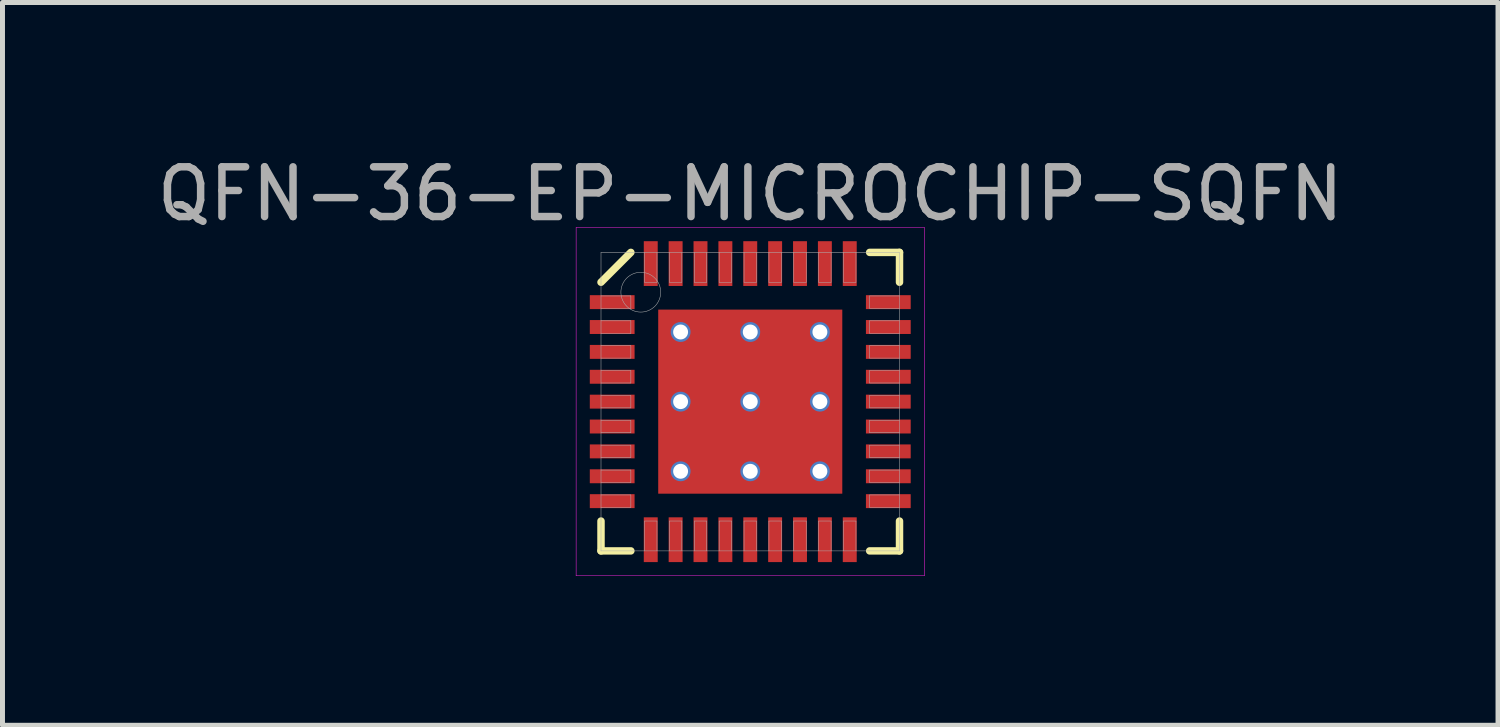
<source format=kicad_pcb>
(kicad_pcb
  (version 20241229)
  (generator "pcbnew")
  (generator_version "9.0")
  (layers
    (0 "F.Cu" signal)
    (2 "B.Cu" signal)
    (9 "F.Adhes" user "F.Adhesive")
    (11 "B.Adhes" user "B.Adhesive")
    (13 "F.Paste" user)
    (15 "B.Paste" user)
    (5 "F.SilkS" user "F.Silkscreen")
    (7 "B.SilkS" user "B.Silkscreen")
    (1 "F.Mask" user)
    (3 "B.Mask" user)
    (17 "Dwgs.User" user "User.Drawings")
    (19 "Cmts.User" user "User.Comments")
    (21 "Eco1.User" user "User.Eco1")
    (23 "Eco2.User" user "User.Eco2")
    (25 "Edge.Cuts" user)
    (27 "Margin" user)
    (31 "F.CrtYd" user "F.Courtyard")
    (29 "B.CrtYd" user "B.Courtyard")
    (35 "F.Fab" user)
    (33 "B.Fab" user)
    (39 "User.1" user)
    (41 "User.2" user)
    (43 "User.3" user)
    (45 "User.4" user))
  (footprint "QFN-36-EP-MICROCHIP-SQFN"
    (layer "F.Cu")
    (at 12.03 5.023)
    (property "Reference" "QFN-36-EP-MICROCHIP-SQFN" (at 0 -4.175 0) (layer "F.Fab") (effects (font (size 1 1) (thickness 0.15))))
    (attr through_hole)
    (fp_line (start -3 -2.4) (end -2.4 -3) (stroke (width 0.15) (type solid)) (layer "F.SilkS"))
    (fp_line (start -3 3) (end -3 2.4) (stroke (width 0.15) (type solid)) (layer "F.SilkS"))
    (fp_line (start -2.4 3) (end -3 3) (stroke (width 0.15) (type solid)) (layer "F.SilkS"))
    (fp_line (start 2.4 -3) (end 3 -3) (stroke (width 0.15) (type solid)) (layer "F.SilkS"))
    (fp_line (start 2.4 3) (end 3 3) (stroke (width 0.15) (type solid)) (layer "F.SilkS"))
    (fp_line (start 3 -3) (end 3 -2.4) (stroke (width 0.15) (type solid)) (layer "F.SilkS"))
    (fp_line (start 3 3) (end 3 2.4) (stroke (width 0.15) (type solid)) (layer "F.SilkS"))
    (fp_line (start -3.5 -3.5) (end 3.5 -3.5) (stroke (width 0.01) (type solid)) (layer "F.CrtYd"))
    (fp_line (start -3.5 3.5) (end -3.5 -3.5) (stroke (width 0.01) (type solid)) (layer "F.CrtYd"))
    (fp_line (start 3.5 -3.5) (end 3.5 3.5) (stroke (width 0.01) (type solid)) (layer "F.CrtYd"))
    (fp_line (start 3.5 3.5) (end -3.5 3.5) (stroke (width 0.01) (type solid)) (layer "F.CrtYd"))
    (fp_line (start -3 -3) (end 3 -3) (stroke (width 0.01) (type solid)) (layer "F.Fab"))
    (fp_line (start -3 -1.875) (end -2.4 -1.875) (stroke (width 0.01) (type solid)) (layer "F.Fab"))
    (fp_line (start -3 -1.375) (end -2.4 -1.375) (stroke (width 0.01) (type solid)) (layer "F.Fab"))
    (fp_line (start -3 -0.875) (end -2.4 -0.875) (stroke (width 0.01) (type solid)) (layer "F.Fab"))
    (fp_line (start -3 -0.375) (end -2.4 -0.375) (stroke (width 0.01) (type solid)) (layer "F.Fab"))
    (fp_line (start -3 0.125) (end -2.4 0.125) (stroke (width 0.01) (type solid)) (layer "F.Fab"))
    (fp_line (start -3 0.625) (end -2.4 0.625) (stroke (width 0.01) (type solid)) (layer "F.Fab"))
    (fp_line (start -3 1.125) (end -2.4 1.125) (stroke (width 0.01) (type solid)) (layer "F.Fab"))
    (fp_line (start -3 1.625) (end -2.4 1.625) (stroke (width 0.01) (type solid)) (layer "F.Fab"))
    (fp_line (start -3 2.125) (end -2.4 2.125) (stroke (width 0.01) (type solid)) (layer "F.Fab"))
    (fp_line (start -3 3) (end -3 -3) (stroke (width 0.01) (type solid)) (layer "F.Fab"))
    (fp_line (start -2.4 -2.125) (end -3 -2.125) (stroke (width 0.01) (type solid)) (layer "F.Fab"))
    (fp_line (start -2.4 -1.875) (end -2.4 -2.125) (stroke (width 0.01) (type solid)) (layer "F.Fab"))
    (fp_line (start -2.4 -1.625) (end -3 -1.625) (stroke (width 0.01) (type solid)) (layer "F.Fab"))
    (fp_line (start -2.4 -1.375) (end -2.4 -1.625) (stroke (width 0.01) (type solid)) (layer "F.Fab"))
    (fp_line (start -2.4 -1.125) (end -3 -1.125) (stroke (width 0.01) (type solid)) (layer "F.Fab"))
    (fp_line (start -2.4 -0.875) (end -2.4 -1.125) (stroke (width 0.01) (type solid)) (layer "F.Fab"))
    (fp_line (start -2.4 -0.625) (end -3 -0.625) (stroke (width 0.01) (type solid)) (layer "F.Fab"))
    (fp_line (start -2.4 -0.375) (end -2.4 -0.625) (stroke (width 0.01) (type solid)) (layer "F.Fab"))
    (fp_line (start -2.4 -0.125) (end -3 -0.125) (stroke (width 0.01) (type solid)) (layer "F.Fab"))
    (fp_line (start -2.4 0.125) (end -2.4 -0.125) (stroke (width 0.01) (type solid)) (layer "F.Fab"))
    (fp_line (start -2.4 0.375) (end -3 0.375) (stroke (width 0.01) (type solid)) (layer "F.Fab"))
    (fp_line (start -2.4 0.625) (end -2.4 0.375) (stroke (width 0.01) (type solid)) (layer "F.Fab"))
    (fp_line (start -2.4 0.875) (end -3 0.875) (stroke (width 0.01) (type solid)) (layer "F.Fab"))
    (fp_line (start -2.4 1.125) (end -2.4 0.875) (stroke (width 0.01) (type solid)) (layer "F.Fab"))
    (fp_line (start -2.4 1.375) (end -3 1.375) (stroke (width 0.01) (type solid)) (layer "F.Fab"))
    (fp_line (start -2.4 1.625) (end -2.4 1.375) (stroke (width 0.01) (type solid)) (layer "F.Fab"))
    (fp_line (start -2.4 1.875) (end -3 1.875) (stroke (width 0.01) (type solid)) (layer "F.Fab"))
    (fp_line (start -2.4 2.125) (end -2.4 1.875) (stroke (width 0.01) (type solid)) (layer "F.Fab"))
    (fp_line (start -2.125 -3) (end -2.125 -2.4) (stroke (width 0.01) (type solid)) (layer "F.Fab"))
    (fp_line (start -2.125 -2.4) (end -1.875 -2.4) (stroke (width 0.01) (type solid)) (layer "F.Fab"))
    (fp_line (start -2.125 2.4) (end -2.125 3) (stroke (width 0.01) (type solid)) (layer "F.Fab"))
    (fp_line (start -1.875 -2.4) (end -1.875 -3) (stroke (width 0.01) (type solid)) (layer "F.Fab"))
    (fp_line (start -1.875 2.4) (end -2.125 2.4) (stroke (width 0.01) (type solid)) (layer "F.Fab"))
    (fp_line (start -1.875 3) (end -1.875 2.4) (stroke (width 0.01) (type solid)) (layer "F.Fab"))
    (fp_line (start -1.625 -3) (end -1.625 -2.4) (stroke (width 0.01) (type solid)) (layer "F.Fab"))
    (fp_line (start -1.625 -2.4) (end -1.375 -2.4) (stroke (width 0.01) (type solid)) (layer "F.Fab"))
    (fp_line (start -1.625 2.4) (end -1.625 3) (stroke (width 0.01) (type solid)) (layer "F.Fab"))
    (fp_line (start -1.375 -2.4) (end -1.375 -3) (stroke (width 0.01) (type solid)) (layer "F.Fab"))
    (fp_line (start -1.375 2.4) (end -1.625 2.4) (stroke (width 0.01) (type solid)) (layer "F.Fab"))
    (fp_line (start -1.375 3) (end -1.375 2.4) (stroke (width 0.01) (type solid)) (layer "F.Fab"))
    (fp_line (start -1.125 -3) (end -1.125 -2.4) (stroke (width 0.01) (type solid)) (layer "F.Fab"))
    (fp_line (start -1.125 -2.4) (end -0.875 -2.4) (stroke (width 0.01) (type solid)) (layer "F.Fab"))
    (fp_line (start -1.125 2.4) (end -1.125 3) (stroke (width 0.01) (type solid)) (layer "F.Fab"))
    (fp_line (start -0.875 -2.4) (end -0.875 -3) (stroke (width 0.01) (type solid)) (layer "F.Fab"))
    (fp_line (start -0.875 2.4) (end -1.125 2.4) (stroke (width 0.01) (type solid)) (layer "F.Fab"))
    (fp_line (start -0.875 3) (end -0.875 2.4) (stroke (width 0.01) (type solid)) (layer "F.Fab"))
    (fp_line (start -0.625 -3) (end -0.625 -2.4) (stroke (width 0.01) (type solid)) (layer "F.Fab"))
    (fp_line (start -0.625 -2.4) (end -0.375 -2.4) (stroke (width 0.01) (type solid)) (layer "F.Fab"))
    (fp_line (start -0.625 2.4) (end -0.625 3) (stroke (width 0.01) (type solid)) (layer "F.Fab"))
    (fp_line (start -0.375 -2.4) (end -0.375 -3) (stroke (width 0.01) (type solid)) (layer "F.Fab"))
    (fp_line (start -0.375 2.4) (end -0.625 2.4) (stroke (width 0.01) (type solid)) (layer "F.Fab"))
    (fp_line (start -0.375 3) (end -0.375 2.4) (stroke (width 0.01) (type solid)) (layer "F.Fab"))
    (fp_line (start -0.125 -3) (end -0.125 -2.4) (stroke (width 0.01) (type solid)) (layer "F.Fab"))
    (fp_line (start -0.125 -2.4) (end 0.125 -2.4) (stroke (width 0.01) (type solid)) (layer "F.Fab"))
    (fp_line (start -0.125 2.4) (end -0.125 3) (stroke (width 0.01) (type solid)) (layer "F.Fab"))
    (fp_line (start 0.125 -2.4) (end 0.125 -3) (stroke (width 0.01) (type solid)) (layer "F.Fab"))
    (fp_line (start 0.125 2.4) (end -0.125 2.4) (stroke (width 0.01) (type solid)) (layer "F.Fab"))
    (fp_line (start 0.125 3) (end 0.125 2.4) (stroke (width 0.01) (type solid)) (layer "F.Fab"))
    (fp_line (start 0.375 -3) (end 0.375 -2.4) (stroke (width 0.01) (type solid)) (layer "F.Fab"))
    (fp_line (start 0.375 -2.4) (end 0.625 -2.4) (stroke (width 0.01) (type solid)) (layer "F.Fab"))
    (fp_line (start 0.375 2.4) (end 0.375 3) (stroke (width 0.01) (type solid)) (layer "F.Fab"))
    (fp_line (start 0.625 -2.4) (end 0.625 -3) (stroke (width 0.01) (type solid)) (layer "F.Fab"))
    (fp_line (start 0.625 2.4) (end 0.375 2.4) (stroke (width 0.01) (type solid)) (layer "F.Fab"))
    (fp_line (start 0.625 3) (end 0.625 2.4) (stroke (width 0.01) (type solid)) (layer "F.Fab"))
    (fp_line (start 0.875 -3) (end 0.875 -2.4) (stroke (width 0.01) (type solid)) (layer "F.Fab"))
    (fp_line (start 0.875 -2.4) (end 1.125 -2.4) (stroke (width 0.01) (type solid)) (layer "F.Fab"))
    (fp_line (start 0.875 2.4) (end 0.875 3) (stroke (width 0.01) (type solid)) (layer "F.Fab"))
    (fp_line (start 1.125 -2.4) (end 1.125 -3) (stroke (width 0.01) (type solid)) (layer "F.Fab"))
    (fp_line (start 1.125 2.4) (end 0.875 2.4) (stroke (width 0.01) (type solid)) (layer "F.Fab"))
    (fp_line (start 1.125 3) (end 1.125 2.4) (stroke (width 0.01) (type solid)) (layer "F.Fab"))
    (fp_line (start 1.375 -3) (end 1.375 -2.4) (stroke (width 0.01) (type solid)) (layer "F.Fab"))
    (fp_line (start 1.375 -2.4) (end 1.625 -2.4) (stroke (width 0.01) (type solid)) (layer "F.Fab"))
    (fp_line (start 1.375 2.4) (end 1.375 3) (stroke (width 0.01) (type solid)) (layer "F.Fab"))
    (fp_line (start 1.625 -2.4) (end 1.625 -3) (stroke (width 0.01) (type solid)) (layer "F.Fab"))
    (fp_line (start 1.625 2.4) (end 1.375 2.4) (stroke (width 0.01) (type solid)) (layer "F.Fab"))
    (fp_line (start 1.625 3) (end 1.625 2.4) (stroke (width 0.01) (type solid)) (layer "F.Fab"))
    (fp_line (start 1.875 -3) (end 1.875 -2.4) (stroke (width 0.01) (type solid)) (layer "F.Fab"))
    (fp_line (start 1.875 -2.4) (end 2.125 -2.4) (stroke (width 0.01) (type solid)) (layer "F.Fab"))
    (fp_line (start 1.875 2.4) (end 1.875 3) (stroke (width 0.01) (type solid)) (layer "F.Fab"))
    (fp_line (start 2.125 -2.4) (end 2.125 -3) (stroke (width 0.01) (type solid)) (layer "F.Fab"))
    (fp_line (start 2.125 2.4) (end 1.875 2.4) (stroke (width 0.01) (type solid)) (layer "F.Fab"))
    (fp_line (start 2.125 3) (end 2.125 2.4) (stroke (width 0.01) (type solid)) (layer "F.Fab"))
    (fp_line (start 2.4 -2.125) (end 2.4 -1.875) (stroke (width 0.01) (type solid)) (layer "F.Fab"))
    (fp_line (start 2.4 -1.875) (end 3 -1.875) (stroke (width 0.01) (type solid)) (layer "F.Fab"))
    (fp_line (start 2.4 -1.625) (end 2.4 -1.375) (stroke (width 0.01) (type solid)) (layer "F.Fab"))
    (fp_line (start 2.4 -1.375) (end 3 -1.375) (stroke (width 0.01) (type solid)) (layer "F.Fab"))
    (fp_line (start 2.4 -1.125) (end 2.4 -0.875) (stroke (width 0.01) (type solid)) (layer "F.Fab"))
    (fp_line (start 2.4 -0.875) (end 3 -0.875) (stroke (width 0.01) (type solid)) (layer "F.Fab"))
    (fp_line (start 2.4 -0.625) (end 2.4 -0.375) (stroke (width 0.01) (type solid)) (layer "F.Fab"))
    (fp_line (start 2.4 -0.375) (end 3 -0.375) (stroke (width 0.01) (type solid)) (layer "F.Fab"))
    (fp_line (start 2.4 -0.125) (end 2.4 0.125) (stroke (width 0.01) (type solid)) (layer "F.Fab"))
    (fp_line (start 2.4 0.125) (end 3 0.125) (stroke (width 0.01) (type solid)) (layer "F.Fab"))
    (fp_line (start 2.4 0.375) (end 2.4 0.625) (stroke (width 0.01) (type solid)) (layer "F.Fab"))
    (fp_line (start 2.4 0.625) (end 3 0.625) (stroke (width 0.01) (type solid)) (layer "F.Fab"))
    (fp_line (start 2.4 0.875) (end 2.4 1.125) (stroke (width 0.01) (type solid)) (layer "F.Fab"))
    (fp_line (start 2.4 1.125) (end 3 1.125) (stroke (width 0.01) (type solid)) (layer "F.Fab"))
    (fp_line (start 2.4 1.375) (end 2.4 1.625) (stroke (width 0.01) (type solid)) (layer "F.Fab"))
    (fp_line (start 2.4 1.625) (end 3 1.625) (stroke (width 0.01) (type solid)) (layer "F.Fab"))
    (fp_line (start 2.4 1.875) (end 2.4 2.125) (stroke (width 0.01) (type solid)) (layer "F.Fab"))
    (fp_line (start 2.4 2.125) (end 3 2.125) (stroke (width 0.01) (type solid)) (layer "F.Fab"))
    (fp_line (start 3 -3) (end 3 3) (stroke (width 0.01) (type solid)) (layer "F.Fab"))
    (fp_line (start 3 -2.125) (end 2.4 -2.125) (stroke (width 0.01) (type solid)) (layer "F.Fab"))
    (fp_line (start 3 -1.625) (end 2.4 -1.625) (stroke (width 0.01) (type solid)) (layer "F.Fab"))
    (fp_line (start 3 -1.125) (end 2.4 -1.125) (stroke (width 0.01) (type solid)) (layer "F.Fab"))
    (fp_line (start 3 -0.625) (end 2.4 -0.625) (stroke (width 0.01) (type solid)) (layer "F.Fab"))
    (fp_line (start 3 -0.125) (end 2.4 -0.125) (stroke (width 0.01) (type solid)) (layer "F.Fab"))
    (fp_line (start 3 0.375) (end 2.4 0.375) (stroke (width 0.01) (type solid)) (layer "F.Fab"))
    (fp_line (start 3 0.875) (end 2.4 0.875) (stroke (width 0.01) (type solid)) (layer "F.Fab"))
    (fp_line (start 3 1.375) (end 2.4 1.375) (stroke (width 0.01) (type solid)) (layer "F.Fab"))
    (fp_line (start 3 1.875) (end 2.4 1.875) (stroke (width 0.01) (type solid)) (layer "F.Fab"))
    (fp_line (start 3 3) (end -3 3) (stroke (width 0.01) (type solid)) (layer "F.Fab"))
    (fp_circle (center -2.2 -2.2) (end -2.2 -1.8) (stroke (width 0.01) (type solid)) (fill no) (layer "F.Fab"))
    (pad "" smd rect (at -0.8 -0.8) (size 1.3 1.3) (layers "F.Paste"))
    (pad "" smd rect (at -0.8 0.8) (size 1.3 1.3) (layers "F.Paste"))
    (pad "" smd rect (at 0 0) (size 3.7 3.7) (layers "F.Mask"))
    (pad "" smd rect (at 0.8 -0.8) (size 1.3 1.3) (layers "F.Paste"))
    (pad "" smd rect (at 0.8 0.8) (size 1.3 1.3) (layers "F.Paste"))
    (pad "1" smd rect (at -2.775 -2) (size 0.9 0.28) (layers "F.Cu" "F.Mask" "F.Paste"))
    (pad "2" smd rect (at -2.775 -1.5) (size 0.9 0.28) (layers "F.Cu" "F.Mask" "F.Paste"))
    (pad "3" smd rect (at -2.775 -1) (size 0.9 0.28) (layers "F.Cu" "F.Mask" "F.Paste"))
    (pad "4" smd rect (at -2.775 -0.5) (size 0.9 0.28) (layers "F.Cu" "F.Mask" "F.Paste"))
    (pad "5" smd rect (at -2.775 0) (size 0.9 0.28) (layers "F.Cu" "F.Mask" "F.Paste"))
    (pad "6" smd rect (at -2.775 0.5) (size 0.9 0.28) (layers "F.Cu" "F.Mask" "F.Paste"))
    (pad "7" smd rect (at -2.775 1) (size 0.9 0.28) (layers "F.Cu" "F.Mask" "F.Paste"))
    (pad "8" smd rect (at -2.775 1.5) (size 0.9 0.28) (layers "F.Cu" "F.Mask" "F.Paste"))
    (pad "9" smd rect (at -2.775 2) (size 0.9 0.28) (layers "F.Cu" "F.Mask" "F.Paste"))
    (pad "10" smd rect (at -2 2.775) (size 0.28 0.9) (layers "F.Cu" "F.Mask" "F.Paste"))
    (pad "11" smd rect (at -1.5 2.775) (size 0.28 0.9) (layers "F.Cu" "F.Mask" "F.Paste"))
    (pad "12" smd rect (at -1 2.775) (size 0.28 0.9) (layers "F.Cu" "F.Mask" "F.Paste"))
    (pad "13" smd rect (at -0.5 2.775) (size 0.28 0.9) (layers "F.Cu" "F.Mask" "F.Paste"))
    (pad "14" smd rect (at 0 2.775) (size 0.28 0.9) (layers "F.Cu" "F.Mask" "F.Paste"))
    (pad "15" smd rect (at 0.5 2.775) (size 0.28 0.9) (layers "F.Cu" "F.Mask" "F.Paste"))
    (pad "16" smd rect (at 1 2.775) (size 0.28 0.9) (layers "F.Cu" "F.Mask" "F.Paste"))
    (pad "17" smd rect (at 1.5 2.775) (size 0.28 0.9) (layers "F.Cu" "F.Mask" "F.Paste"))
    (pad "18" smd rect (at 2 2.775) (size 0.28 0.9) (layers "F.Cu" "F.Mask" "F.Paste"))
    (pad "19" smd rect (at 2.775 2) (size 0.9 0.28) (layers "F.Cu" "F.Mask" "F.Paste"))
    (pad "20" smd rect (at 2.775 1.5) (size 0.9 0.28) (layers "F.Cu" "F.Mask" "F.Paste"))
    (pad "21" smd rect (at 2.775 1) (size 0.9 0.28) (layers "F.Cu" "F.Mask" "F.Paste"))
    (pad "22" smd rect (at 2.775 0.5) (size 0.9 0.28) (layers "F.Cu" "F.Mask" "F.Paste"))
    (pad "23" smd rect (at 2.775 0) (size 0.9 0.28) (layers "F.Cu" "F.Mask" "F.Paste"))
    (pad "24" smd rect (at 2.775 -0.5) (size 0.9 0.28) (layers "F.Cu" "F.Mask" "F.Paste"))
    (pad "25" smd rect (at 2.775 -1) (size 0.9 0.28) (layers "F.Cu" "F.Mask" "F.Paste"))
    (pad "26" smd rect (at 2.775 -1.5) (size 0.9 0.28) (layers "F.Cu" "F.Mask" "F.Paste"))
    (pad "27" smd rect (at 2.775 -2) (size 0.9 0.28) (layers "F.Cu" "F.Mask" "F.Paste"))
    (pad "28" smd rect (at 2 -2.775) (size 0.28 0.9) (layers "F.Cu" "F.Mask" "F.Paste"))
    (pad "29" smd rect (at 1.5 -2.775) (size 0.28 0.9) (layers "F.Cu" "F.Mask" "F.Paste"))
    (pad "30" smd rect (at 1 -2.775) (size 0.28 0.9) (layers "F.Cu" "F.Mask" "F.Paste"))
    (pad "31" smd rect (at 0.5 -2.775) (size 0.28 0.9) (layers "F.Cu" "F.Mask" "F.Paste"))
    (pad "32" smd rect (at 0 -2.775) (size 0.28 0.9) (layers "F.Cu" "F.Mask" "F.Paste"))
    (pad "33" smd rect (at -0.5 -2.775) (size 0.28 0.9) (layers "F.Cu" "F.Mask" "F.Paste"))
    (pad "34" smd rect (at -1 -2.775) (size 0.28 0.9) (layers "F.Cu" "F.Mask" "F.Paste"))
    (pad "35" smd rect (at -1.5 -2.775) (size 0.28 0.9) (layers "F.Cu" "F.Mask" "F.Paste"))
    (pad "36" smd rect (at -2 -2.775) (size 0.28 0.9) (layers "F.Cu" "F.Mask" "F.Paste"))
    (pad "EP" thru_hole circle (at -1.4 -1.4) (size 0.4 0.4) (drill 0.3) (layers "*.Cu"))
    (pad "EP" thru_hole circle (at -1.4 0) (size 0.4 0.4) (drill 0.3) (layers "*.Cu"))
    (pad "EP" thru_hole circle (at -1.4 1.4) (size 0.4 0.4) (drill 0.3) (layers "*.Cu"))
    (pad "EP" thru_hole circle (at 0 -1.4) (size 0.4 0.4) (drill 0.3) (layers "*.Cu"))
    (pad "EP" thru_hole circle (at 0 0) (size 0.4 0.4) (drill 0.3) (layers "*.Cu"))
    (pad "EP" smd rect (at 0 0) (size 3.7 3.7) (layers "F.Cu"))
    (pad "EP" thru_hole circle (at 0 1.4) (size 0.4 0.4) (drill 0.3) (layers "*.Cu"))
    (pad "EP" thru_hole circle (at 1.4 -1.4) (size 0.4 0.4) (drill 0.3) (layers "*.Cu"))
    (pad "EP" thru_hole circle (at 1.4 0) (size 0.4 0.4) (drill 0.3) (layers "*.Cu"))
    (pad "EP" thru_hole circle (at 1.4 1.4) (size 0.4 0.4) (drill 0.3) (layers "*.Cu")))
  (gr_rect
    (start -3 -3)
    (end 27.06 11.528)
    (stroke (width 0.1) (type default))
    (fill no)
    (layer "Edge.Cuts")))
</source>
